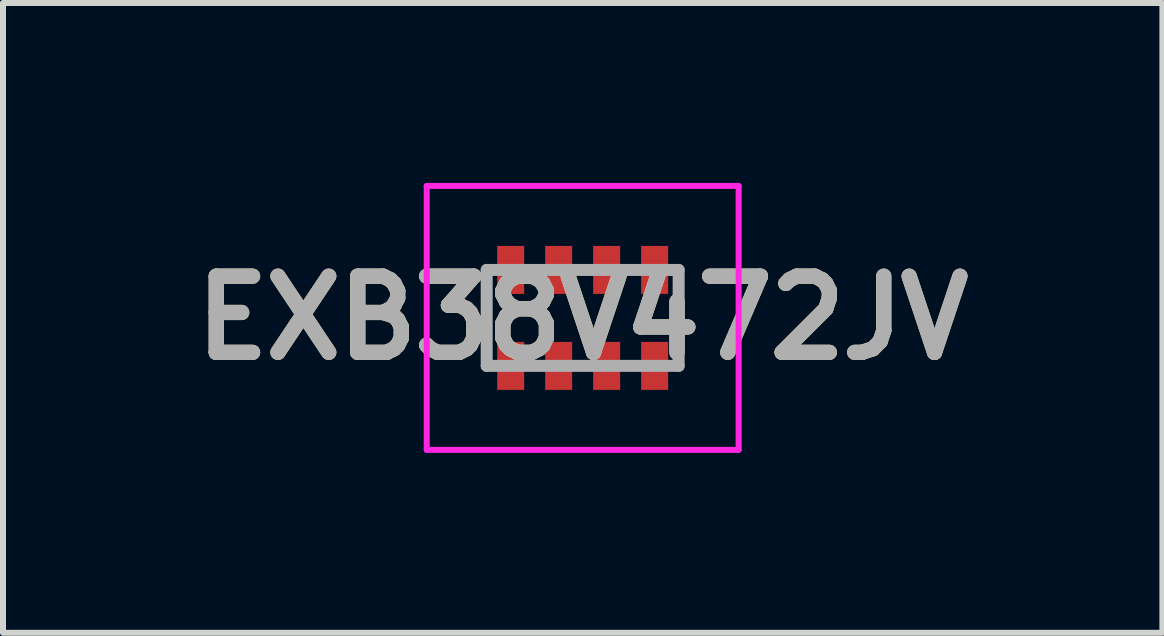
<source format=kicad_pcb>
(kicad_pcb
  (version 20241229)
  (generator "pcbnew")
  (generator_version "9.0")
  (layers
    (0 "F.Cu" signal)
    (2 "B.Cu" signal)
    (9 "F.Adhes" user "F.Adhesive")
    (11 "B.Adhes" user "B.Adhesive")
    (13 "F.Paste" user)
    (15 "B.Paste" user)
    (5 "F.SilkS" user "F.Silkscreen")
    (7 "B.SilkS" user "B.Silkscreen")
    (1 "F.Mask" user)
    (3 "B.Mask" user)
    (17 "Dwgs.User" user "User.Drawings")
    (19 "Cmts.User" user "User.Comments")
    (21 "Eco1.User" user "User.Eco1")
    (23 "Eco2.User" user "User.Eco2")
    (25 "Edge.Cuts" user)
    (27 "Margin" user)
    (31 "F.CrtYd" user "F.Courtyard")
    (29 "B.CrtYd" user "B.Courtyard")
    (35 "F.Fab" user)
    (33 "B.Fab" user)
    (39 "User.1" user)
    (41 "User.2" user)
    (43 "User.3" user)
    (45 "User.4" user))
  (footprint "EXB38V472JV"
    (layer "F.Cu")
    (at 6.664 2.25)
    (property "Reference" "EXB38V472JV" (at 0 0 0) (layer "F.SilkS") (effects (font (size 1.27 1.27) (thickness 0.254))))
    (attr smd)
    (fp_line (start -1.6 -0.8) (end -1.6 0.8) (stroke (width 0.1) (type solid)) (layer "F.SilkS"))
    (fp_line (start 1.6 -0.8) (end 1.6 0.8) (stroke (width 0.1) (type solid)) (layer "F.SilkS"))
    (fp_line (start -2.6 -2.2) (end 2.6 -2.2) (stroke (width 0.1) (type solid)) (layer "F.CrtYd"))
    (fp_line (start -2.6 2.2) (end -2.6 -2.2) (stroke (width 0.1) (type solid)) (layer "F.CrtYd"))
    (fp_line (start 2.6 -2.2) (end 2.6 2.2) (stroke (width 0.1) (type solid)) (layer "F.CrtYd"))
    (fp_line (start 2.6 2.2) (end -2.6 2.2) (stroke (width 0.1) (type solid)) (layer "F.CrtYd"))
    (fp_line (start -1.6 -0.8) (end 1.6 -0.8) (stroke (width 0.2) (type solid)) (layer "F.Fab"))
    (fp_line (start -1.6 0.8) (end -1.6 -0.8) (stroke (width 0.2) (type solid)) (layer "F.Fab"))
    (fp_line (start 1.6 -0.8) (end 1.6 0.8) (stroke (width 0.2) (type solid)) (layer "F.Fab"))
    (fp_line (start 1.6 0.8) (end -1.6 0.8) (stroke (width 0.2) (type solid)) (layer "F.Fab"))
    (fp_text user "${REFERENCE}" (at 0 0 0) (layer "F.Fab") (effects (font (size 1.27 1.27) (thickness 0.254))))
    (pad "1" smd rect (at -1.2 0.8) (size 0.45 0.8) (layers "F.Cu" "F.Mask" "F.Paste"))
    (pad "2" smd rect (at -0.4 0.8) (size 0.45 0.8) (layers "F.Cu" "F.Mask" "F.Paste"))
    (pad "3" smd rect (at 0.4 0.8) (size 0.45 0.8) (layers "F.Cu" "F.Mask" "F.Paste"))
    (pad "4" smd rect (at 1.2 0.8) (size 0.45 0.8) (layers "F.Cu" "F.Mask" "F.Paste"))
    (pad "5" smd rect (at 1.2 -0.8) (size 0.45 0.8) (layers "F.Cu" "F.Mask" "F.Paste"))
    (pad "6" smd rect (at 0.4 -0.8) (size 0.45 0.8) (layers "F.Cu" "F.Mask" "F.Paste"))
    (pad "7" smd rect (at -0.4 -0.8) (size 0.45 0.8) (layers "F.Cu" "F.Mask" "F.Paste"))
    (pad "8" smd rect (at -1.2 -0.8) (size 0.45 0.8) (layers "F.Cu" "F.Mask" "F.Paste")))
  (gr_rect
    (start -3 -3)
    (end 16.329 7.5)
    (stroke (width 0.1) (type default))
    (fill no)
    (layer "Edge.Cuts")))
</source>
